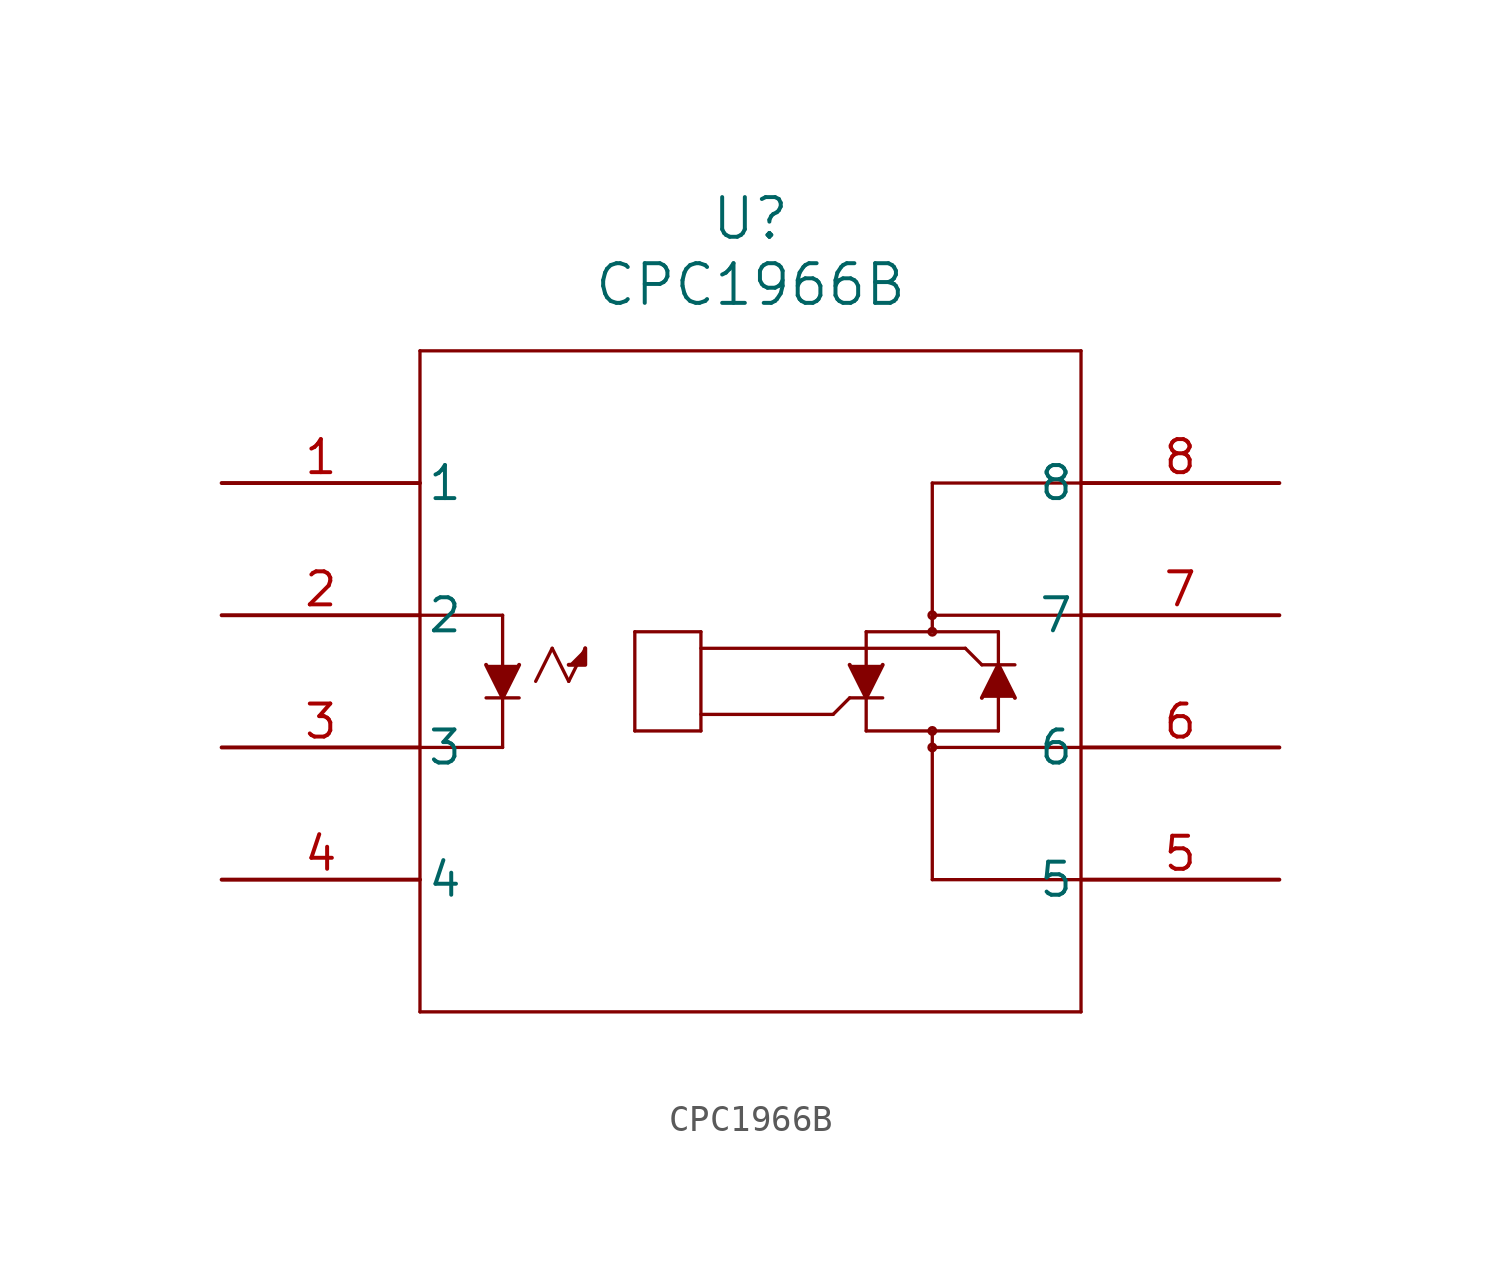
<source format=kicad_sym>
(kicad_symbol_lib
  (version 20211014)
  (generator kicad_symbol_editor)
  (symbol "CPC1966B"
    (pin_names
      (offset 0.254))
    (property "Reference" "U"
      (at 20.32 10.16 0)
      (effects (font (size 1.524 1.524))))
    (property "Value" "CPC1966B"
      (at 20.32 7.62 0)
      (effects (font (size 1.524 1.524))))
    (symbol "CPC1966B_0_1"
      (polyline (pts (xy 7.62 5.08) (xy 7.62 -20.32)) (stroke (width 0.127) (type default) (color 0 0 0 0)) (fill (type none)))
      (polyline (pts (xy 7.62 -20.32) (xy 33.02 -20.32)) (stroke (width 0.127) (type default) (color 0 0 0 0)) (fill (type none)))
      (polyline (pts (xy 33.02 -20.32) (xy 33.02 5.08)) (stroke (width 0.127) (type default) (color 0 0 0 0)) (fill (type none)))
      (polyline (pts (xy 33.02 5.08) (xy 7.62 5.08)) (stroke (width 0.127) (type default) (color 0 0 0 0)) (fill (type none)))
      (polyline (pts (xy 7.62 -5.08) (xy 10.795 -5.08)) (stroke (width 0.127) (type default) (color 0 0 0 0)) (fill (type none)))
      (polyline (pts (xy 10.795 -5.08) (xy 10.795 -10.16)) (stroke (width 0.127) (type default) (color 0 0 0 0)) (fill (type none)))
      (polyline (pts (xy 7.62 -10.16) (xy 10.795 -10.16)) (stroke (width 0.127) (type default) (color 0 0 0 0)) (fill (type none)))
      (polyline (pts (xy 10.16 -8.255) (xy 11.43 -8.255)) (stroke (width 0.127) (type default) (color 0 0 0 0)) (fill (type none)))
      (polyline (pts (xy 10.16 -6.985) (xy 10.795 -8.255) (xy 11.43 -6.985)) (stroke (width 0) (type default) (color 0 0 0 0)) (fill (type outline)))
      (polyline (pts (xy 12.065 -7.62) (xy 12.7 -6.35)) (stroke (width 0.127) (type default) (color 0 0 0 0)) (fill (type none)))
      (polyline (pts (xy 12.7 -6.35) (xy 13.335 -7.62)) (stroke (width 0.127) (type default) (color 0 0 0 0)) (fill (type none)))
      (polyline (pts (xy 13.335 -7.62) (xy 13.97 -6.35)) (stroke (width 0.127) (type default) (color 0 0 0 0)) (fill (type none)))
      (polyline (pts (xy 13.97 -6.35) (xy 13.97 -6.985) (xy 13.335 -6.985)) (stroke (width 0) (type default) (color 0 0 0 0)) (fill (type outline)))
      (polyline (pts (xy 15.875 -5.715) (xy 15.875 -9.525)) (stroke (width 0.127) (type default) (color 0 0 0 0)) (fill (type none)))
      (polyline (pts (xy 15.875 -9.525) (xy 18.415 -9.525)) (stroke (width 0.127) (type default) (color 0 0 0 0)) (fill (type none)))
      (polyline (pts (xy 18.415 -5.715) (xy 18.415 -9.525)) (stroke (width 0.127) (type default) (color 0 0 0 0)) (fill (type none)))
      (polyline (pts (xy 18.415 -5.715) (xy 15.875 -5.715)) (stroke (width 0.127) (type default) (color 0 0 0 0)) (fill (type none)))
      (polyline (pts (xy 33.02 -5.08) (xy 27.305 -5.08)) (stroke (width 0.127) (type default) (color 0 0 0 0)) (fill (type none)))
      (polyline (pts (xy 27.305 -5.715) (xy 27.305 0)) (stroke (width 0.127) (type default) (color 0 0 0 0)) (fill (type none)))
      (polyline (pts (xy 24.765 -5.715) (xy 29.845 -5.715)) (stroke (width 0.127) (type default) (color 0 0 0 0)) (fill (type none)))
      (polyline (pts (xy 29.845 -5.715) (xy 29.845 -9.525)) (stroke (width 0.127) (type default) (color 0 0 0 0)) (fill (type none)))
      (polyline (pts (xy 29.845 -9.525) (xy 24.765 -9.525)) (stroke (width 0.127) (type default) (color 0 0 0 0)) (fill (type none)))
      (polyline (pts (xy 24.765 -5.715) (xy 24.765 -9.525)) (stroke (width 0.127) (type default) (color 0 0 0 0)) (fill (type none)))
      (polyline (pts (xy 27.305 -9.525) (xy 27.305 -15.24)) (stroke (width 0.127) (type default) (color 0 0 0 0)) (fill (type none)))
      (polyline (pts (xy 27.305 -10.16) (xy 33.02 -10.16)) (stroke (width 0.127) (type default) (color 0 0 0 0)) (fill (type none)))
      (polyline (pts (xy 24.13 -8.255) (xy 25.4 -8.255)) (stroke (width 0.127) (type default) (color 0 0 0 0)) (fill (type none)))
      (polyline (pts (xy 24.13 -6.985) (xy 24.765 -8.255) (xy 25.4 -6.985)) (stroke (width 0) (type default) (color 0 0 0 0)) (fill (type outline)))
      (polyline (pts (xy 30.48 -6.985) (xy 29.21 -6.985)) (stroke (width 0.127) (type default) (color 0 0 0 0)) (fill (type none)))
      (polyline (pts (xy 30.48 -8.255) (xy 29.845 -6.985) (xy 29.21 -8.255)) (stroke (width 0) (type default) (color 0 0 0 0)) (fill (type outline)))
      (polyline (pts (xy 29.21 -6.985) (xy 28.575 -6.35)) (stroke (width 0.127) (type default) (color 0 0 0 0)) (fill (type none)))
      (polyline (pts (xy 28.575 -6.35) (xy 18.415 -6.35)) (stroke (width 0.127) (type default) (color 0 0 0 0)) (fill (type none)))
      (polyline (pts (xy 18.415 -8.89) (xy 23.495 -8.89)) (stroke (width 0.127) (type default) (color 0 0 0 0)) (fill (type none)))
      (polyline (pts (xy 23.495 -8.89) (xy 24.13 -8.255)) (stroke (width 0.127) (type default) (color 0 0 0 0)) (fill (type none)))
      (circle (center 27.305 -5.08) (radius 0.127) (stroke (width 0.127) (type default) (color 0 0 0 0)) (fill (type none)))
      (polyline (pts (xy 27.305 0) (xy 33.02 0)) (stroke (width 0.127) (type default) (color 0 0 0 0)) (fill (type none)))
      (polyline (pts (xy 33.02 -15.24) (xy 27.305 -15.24)) (stroke (width 0.127) (type default) (color 0 0 0 0)) (fill (type none)))
      (circle (center 27.305 -9.525) (radius 0.127) (stroke (width 0.127) (type default) (color 0 0 0 0)) (fill (type none)))
      (circle (center 27.305 -5.715) (radius 0.127) (stroke (width 0.127) (type default) (color 0 0 0 0)) (fill (type none)))
      (circle (center 27.305 -10.16) (radius 0.127) (stroke (width 0.127) (type default) (color 0 0 0 0)) (fill (type none)))
      (pin unspecified line (at 0 0 0) (length 7.62) (name "1" (effects (font (size 1.27 1.27)))) (number "1" (effects (font (size 1.27 1.27)))))
      (pin unspecified line (at 0 -5.08 0) (length 7.62) (name "2" (effects (font (size 1.27 1.27)))) (number "2" (effects (font (size 1.27 1.27)))))
      (pin unspecified line (at 0 -10.16 0) (length 7.62) (name "3" (effects (font (size 1.27 1.27)))) (number "3" (effects (font (size 1.27 1.27)))))
      (pin unspecified line (at 0 -15.24 0) (length 7.62) (name "4" (effects (font (size 1.27 1.27)))) (number "4" (effects (font (size 1.27 1.27)))))
      (pin unspecified line (at 40.64 -15.24 180) (length 7.62) (name "5" (effects (font (size 1.27 1.27)))) (number "5" (effects (font (size 1.27 1.27)))))
      (pin unspecified line (at 40.64 -10.16 180) (length 7.62) (name "6" (effects (font (size 1.27 1.27)))) (number "6" (effects (font (size 1.27 1.27)))))
      (pin unspecified line (at 40.64 -5.08 180) (length 7.62) (name "7" (effects (font (size 1.27 1.27)))) (number "7" (effects (font (size 1.27 1.27)))))
      (pin unspecified line (at 40.64 0 180) (length 7.62) (name "8" (effects (font (size 1.27 1.27)))) (number "8" (effects (font (size 1.27 1.27))))))))
</source>
